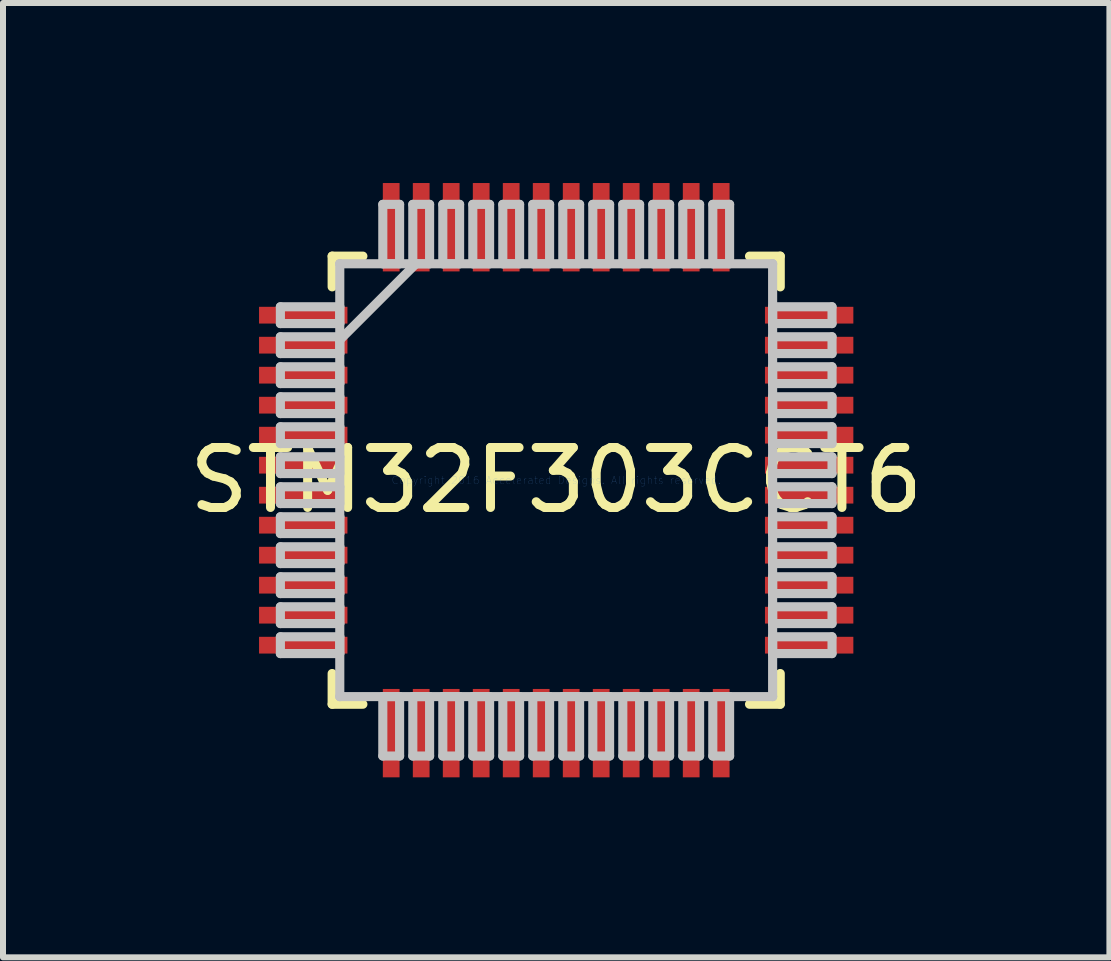
<source format=kicad_pcb>
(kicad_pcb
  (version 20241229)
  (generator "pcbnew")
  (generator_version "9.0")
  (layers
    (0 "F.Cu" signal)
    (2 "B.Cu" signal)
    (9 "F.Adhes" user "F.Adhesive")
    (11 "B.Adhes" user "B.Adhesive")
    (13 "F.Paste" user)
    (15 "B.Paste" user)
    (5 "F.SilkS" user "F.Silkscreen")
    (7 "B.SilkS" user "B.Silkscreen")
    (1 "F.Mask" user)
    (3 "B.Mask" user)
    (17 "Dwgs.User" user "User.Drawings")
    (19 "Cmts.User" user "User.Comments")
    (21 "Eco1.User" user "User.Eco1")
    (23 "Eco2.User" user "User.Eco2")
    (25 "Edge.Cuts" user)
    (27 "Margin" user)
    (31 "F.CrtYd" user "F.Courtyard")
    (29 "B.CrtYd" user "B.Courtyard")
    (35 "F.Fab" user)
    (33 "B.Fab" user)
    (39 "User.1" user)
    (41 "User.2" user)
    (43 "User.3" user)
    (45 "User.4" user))
  (footprint "STM32F303CCT6"
    (layer "F.Cu")
    (at 6.22 4.953)
    (property "Reference" "STM32F303CCT6" (at 0 0 0) (layer "F.SilkS") (effects (font (size 1 1) (thickness 0.15))))
    (attr through_hole)
    (fp_line (start -3.734 -3.734) (end -3.734 -3.222) (stroke (width 0.152) (type solid)) (layer "F.SilkS"))
    (fp_line (start -3.734 3.222) (end -3.734 3.734) (stroke (width 0.152) (type solid)) (layer "F.SilkS"))
    (fp_line (start -3.734 3.734) (end -3.222 3.734) (stroke (width 0.152) (type solid)) (layer "F.SilkS"))
    (fp_line (start -3.222 -3.734) (end -3.734 -3.734) (stroke (width 0.152) (type solid)) (layer "F.SilkS"))
    (fp_line (start 3.222 3.734) (end 3.734 3.734) (stroke (width 0.152) (type solid)) (layer "F.SilkS"))
    (fp_line (start 3.734 -3.734) (end 3.222 -3.734) (stroke (width 0.152) (type solid)) (layer "F.SilkS"))
    (fp_line (start 3.734 -3.222) (end 3.734 -3.734) (stroke (width 0.152) (type solid)) (layer "F.SilkS"))
    (fp_line (start 3.734 3.734) (end 3.734 3.222) (stroke (width 0.152) (type solid)) (layer "F.SilkS"))
    (fp_line (start -4.597 -2.89) (end -4.597 -2.61) (stroke (width 0.152) (type solid)) (layer "Dwgs.User"))
    (fp_line (start -4.597 -2.61) (end -3.607 -2.61) (stroke (width 0.152) (type solid)) (layer "Dwgs.User"))
    (fp_line (start -4.597 -2.39) (end -4.597 -2.11) (stroke (width 0.152) (type solid)) (layer "Dwgs.User"))
    (fp_line (start -4.597 -2.11) (end -3.607 -2.11) (stroke (width 0.152) (type solid)) (layer "Dwgs.User"))
    (fp_line (start -4.597 -1.89) (end -4.597 -1.61) (stroke (width 0.152) (type solid)) (layer "Dwgs.User"))
    (fp_line (start -4.597 -1.61) (end -3.607 -1.61) (stroke (width 0.152) (type solid)) (layer "Dwgs.User"))
    (fp_line (start -4.597 -1.39) (end -4.597 -1.11) (stroke (width 0.152) (type solid)) (layer "Dwgs.User"))
    (fp_line (start -4.597 -1.11) (end -3.607 -1.11) (stroke (width 0.152) (type solid)) (layer "Dwgs.User"))
    (fp_line (start -4.597 -0.89) (end -4.597 -0.61) (stroke (width 0.152) (type solid)) (layer "Dwgs.User"))
    (fp_line (start -4.597 -0.61) (end -3.607 -0.61) (stroke (width 0.152) (type solid)) (layer "Dwgs.User"))
    (fp_line (start -4.597 -0.39) (end -4.597 -0.11) (stroke (width 0.152) (type solid)) (layer "Dwgs.User"))
    (fp_line (start -4.597 -0.11) (end -3.607 -0.11) (stroke (width 0.152) (type solid)) (layer "Dwgs.User"))
    (fp_line (start -4.597 0.11) (end -4.597 0.39) (stroke (width 0.152) (type solid)) (layer "Dwgs.User"))
    (fp_line (start -4.597 0.39) (end -3.607 0.39) (stroke (width 0.152) (type solid)) (layer "Dwgs.User"))
    (fp_line (start -4.597 0.61) (end -4.597 0.89) (stroke (width 0.152) (type solid)) (layer "Dwgs.User"))
    (fp_line (start -4.597 0.89) (end -3.607 0.89) (stroke (width 0.152) (type solid)) (layer "Dwgs.User"))
    (fp_line (start -4.597 1.11) (end -4.597 1.39) (stroke (width 0.152) (type solid)) (layer "Dwgs.User"))
    (fp_line (start -4.597 1.39) (end -3.607 1.39) (stroke (width 0.152) (type solid)) (layer "Dwgs.User"))
    (fp_line (start -4.597 1.61) (end -4.597 1.89) (stroke (width 0.152) (type solid)) (layer "Dwgs.User"))
    (fp_line (start -4.597 1.89) (end -3.607 1.89) (stroke (width 0.152) (type solid)) (layer "Dwgs.User"))
    (fp_line (start -4.597 2.11) (end -4.597 2.39) (stroke (width 0.152) (type solid)) (layer "Dwgs.User"))
    (fp_line (start -4.597 2.39) (end -3.607 2.39) (stroke (width 0.152) (type solid)) (layer "Dwgs.User"))
    (fp_line (start -4.597 2.61) (end -4.597 2.89) (stroke (width 0.152) (type solid)) (layer "Dwgs.User"))
    (fp_line (start -4.597 2.89) (end -3.607 2.89) (stroke (width 0.152) (type solid)) (layer "Dwgs.User"))
    (fp_line (start -3.607 -3.607) (end -3.607 -3.607) (stroke (width 0.152) (type solid)) (layer "Dwgs.User"))
    (fp_line (start -3.607 -3.607) (end -3.607 3.607) (stroke (width 0.152) (type solid)) (layer "Dwgs.User"))
    (fp_line (start -3.607 -2.89) (end -4.597 -2.89) (stroke (width 0.152) (type solid)) (layer "Dwgs.User"))
    (fp_line (start -3.607 -2.61) (end -3.607 -2.89) (stroke (width 0.152) (type solid)) (layer "Dwgs.User"))
    (fp_line (start -3.607 -2.39) (end -4.597 -2.39) (stroke (width 0.152) (type solid)) (layer "Dwgs.User"))
    (fp_line (start -3.607 -2.337) (end -2.337 -3.607) (stroke (width 0.152) (type solid)) (layer "Dwgs.User"))
    (fp_line (start -3.607 -2.11) (end -3.607 -2.39) (stroke (width 0.152) (type solid)) (layer "Dwgs.User"))
    (fp_line (start -3.607 -1.89) (end -4.597 -1.89) (stroke (width 0.152) (type solid)) (layer "Dwgs.User"))
    (fp_line (start -3.607 -1.61) (end -3.607 -1.89) (stroke (width 0.152) (type solid)) (layer "Dwgs.User"))
    (fp_line (start -3.607 -1.39) (end -4.597 -1.39) (stroke (width 0.152) (type solid)) (layer "Dwgs.User"))
    (fp_line (start -3.607 -1.11) (end -3.607 -1.39) (stroke (width 0.152) (type solid)) (layer "Dwgs.User"))
    (fp_line (start -3.607 -0.89) (end -4.597 -0.89) (stroke (width 0.152) (type solid)) (layer "Dwgs.User"))
    (fp_line (start -3.607 -0.61) (end -3.607 -0.89) (stroke (width 0.152) (type solid)) (layer "Dwgs.User"))
    (fp_line (start -3.607 -0.39) (end -4.597 -0.39) (stroke (width 0.152) (type solid)) (layer "Dwgs.User"))
    (fp_line (start -3.607 -0.11) (end -3.607 -0.39) (stroke (width 0.152) (type solid)) (layer "Dwgs.User"))
    (fp_line (start -3.607 0.11) (end -4.597 0.11) (stroke (width 0.152) (type solid)) (layer "Dwgs.User"))
    (fp_line (start -3.607 0.39) (end -3.607 0.11) (stroke (width 0.152) (type solid)) (layer "Dwgs.User"))
    (fp_line (start -3.607 0.61) (end -4.597 0.61) (stroke (width 0.152) (type solid)) (layer "Dwgs.User"))
    (fp_line (start -3.607 0.89) (end -3.607 0.61) (stroke (width 0.152) (type solid)) (layer "Dwgs.User"))
    (fp_line (start -3.607 1.11) (end -4.597 1.11) (stroke (width 0.152) (type solid)) (layer "Dwgs.User"))
    (fp_line (start -3.607 1.39) (end -3.607 1.11) (stroke (width 0.152) (type solid)) (layer "Dwgs.User"))
    (fp_line (start -3.607 1.61) (end -4.597 1.61) (stroke (width 0.152) (type solid)) (layer "Dwgs.User"))
    (fp_line (start -3.607 1.89) (end -3.607 1.61) (stroke (width 0.152) (type solid)) (layer "Dwgs.User"))
    (fp_line (start -3.607 2.11) (end -4.597 2.11) (stroke (width 0.152) (type solid)) (layer "Dwgs.User"))
    (fp_line (start -3.607 2.39) (end -3.607 2.11) (stroke (width 0.152) (type solid)) (layer "Dwgs.User"))
    (fp_line (start -3.607 2.61) (end -4.597 2.61) (stroke (width 0.152) (type solid)) (layer "Dwgs.User"))
    (fp_line (start -3.607 2.89) (end -3.607 2.61) (stroke (width 0.152) (type solid)) (layer "Dwgs.User"))
    (fp_line (start -3.607 3.607) (end -3.607 3.607) (stroke (width 0.152) (type solid)) (layer "Dwgs.User"))
    (fp_line (start -3.607 3.607) (end 3.607 3.607) (stroke (width 0.152) (type solid)) (layer "Dwgs.User"))
    (fp_line (start -2.89 -4.597) (end -2.89 -3.607) (stroke (width 0.152) (type solid)) (layer "Dwgs.User"))
    (fp_line (start -2.89 -3.607) (end -2.61 -3.607) (stroke (width 0.152) (type solid)) (layer "Dwgs.User"))
    (fp_line (start -2.89 3.607) (end -2.89 4.597) (stroke (width 0.152) (type solid)) (layer "Dwgs.User"))
    (fp_line (start -2.89 4.597) (end -2.61 4.597) (stroke (width 0.152) (type solid)) (layer "Dwgs.User"))
    (fp_line (start -2.61 -4.597) (end -2.89 -4.597) (stroke (width 0.152) (type solid)) (layer "Dwgs.User"))
    (fp_line (start -2.61 -3.607) (end -2.61 -4.597) (stroke (width 0.152) (type solid)) (layer "Dwgs.User"))
    (fp_line (start -2.61 3.607) (end -2.89 3.607) (stroke (width 0.152) (type solid)) (layer "Dwgs.User"))
    (fp_line (start -2.61 4.597) (end -2.61 3.607) (stroke (width 0.152) (type solid)) (layer "Dwgs.User"))
    (fp_line (start -2.39 -4.597) (end -2.39 -3.607) (stroke (width 0.152) (type solid)) (layer "Dwgs.User"))
    (fp_line (start -2.39 -3.607) (end -2.11 -3.607) (stroke (width 0.152) (type solid)) (layer "Dwgs.User"))
    (fp_line (start -2.39 3.607) (end -2.39 4.597) (stroke (width 0.152) (type solid)) (layer "Dwgs.User"))
    (fp_line (start -2.39 4.597) (end -2.11 4.597) (stroke (width 0.152) (type solid)) (layer "Dwgs.User"))
    (fp_line (start -2.11 -4.597) (end -2.39 -4.597) (stroke (width 0.152) (type solid)) (layer "Dwgs.User"))
    (fp_line (start -2.11 -3.607) (end -2.11 -4.597) (stroke (width 0.152) (type solid)) (layer "Dwgs.User"))
    (fp_line (start -2.11 3.607) (end -2.39 3.607) (stroke (width 0.152) (type solid)) (layer "Dwgs.User"))
    (fp_line (start -2.11 4.597) (end -2.11 3.607) (stroke (width 0.152) (type solid)) (layer "Dwgs.User"))
    (fp_line (start -1.89 -4.597) (end -1.89 -3.607) (stroke (width 0.152) (type solid)) (layer "Dwgs.User"))
    (fp_line (start -1.89 -3.607) (end -1.61 -3.607) (stroke (width 0.152) (type solid)) (layer "Dwgs.User"))
    (fp_line (start -1.89 3.607) (end -1.89 4.597) (stroke (width 0.152) (type solid)) (layer "Dwgs.User"))
    (fp_line (start -1.89 4.597) (end -1.61 4.597) (stroke (width 0.152) (type solid)) (layer "Dwgs.User"))
    (fp_line (start -1.61 -4.597) (end -1.89 -4.597) (stroke (width 0.152) (type solid)) (layer "Dwgs.User"))
    (fp_line (start -1.61 -3.607) (end -1.61 -4.597) (stroke (width 0.152) (type solid)) (layer "Dwgs.User"))
    (fp_line (start -1.61 3.607) (end -1.89 3.607) (stroke (width 0.152) (type solid)) (layer "Dwgs.User"))
    (fp_line (start -1.61 4.597) (end -1.61 3.607) (stroke (width 0.152) (type solid)) (layer "Dwgs.User"))
    (fp_line (start -1.39 -4.597) (end -1.39 -3.607) (stroke (width 0.152) (type solid)) (layer "Dwgs.User"))
    (fp_line (start -1.39 -3.607) (end -1.11 -3.607) (stroke (width 0.152) (type solid)) (layer "Dwgs.User"))
    (fp_line (start -1.39 3.607) (end -1.39 4.597) (stroke (width 0.152) (type solid)) (layer "Dwgs.User"))
    (fp_line (start -1.39 4.597) (end -1.11 4.597) (stroke (width 0.152) (type solid)) (layer "Dwgs.User"))
    (fp_line (start -1.11 -4.597) (end -1.39 -4.597) (stroke (width 0.152) (type solid)) (layer "Dwgs.User"))
    (fp_line (start -1.11 -3.607) (end -1.11 -4.597) (stroke (width 0.152) (type solid)) (layer "Dwgs.User"))
    (fp_line (start -1.11 3.607) (end -1.39 3.607) (stroke (width 0.152) (type solid)) (layer "Dwgs.User"))
    (fp_line (start -1.11 4.597) (end -1.11 3.607) (stroke (width 0.152) (type solid)) (layer "Dwgs.User"))
    (fp_line (start -0.89 -4.597) (end -0.89 -3.607) (stroke (width 0.152) (type solid)) (layer "Dwgs.User"))
    (fp_line (start -0.89 -3.607) (end -0.61 -3.607) (stroke (width 0.152) (type solid)) (layer "Dwgs.User"))
    (fp_line (start -0.89 3.607) (end -0.89 4.597) (stroke (width 0.152) (type solid)) (layer "Dwgs.User"))
    (fp_line (start -0.89 4.597) (end -0.61 4.597) (stroke (width 0.152) (type solid)) (layer "Dwgs.User"))
    (fp_line (start -0.61 -4.597) (end -0.89 -4.597) (stroke (width 0.152) (type solid)) (layer "Dwgs.User"))
    (fp_line (start -0.61 -3.607) (end -0.61 -4.597) (stroke (width 0.152) (type solid)) (layer "Dwgs.User"))
    (fp_line (start -0.61 3.607) (end -0.89 3.607) (stroke (width 0.152) (type solid)) (layer "Dwgs.User"))
    (fp_line (start -0.61 4.597) (end -0.61 3.607) (stroke (width 0.152) (type solid)) (layer "Dwgs.User"))
    (fp_line (start -0.39 -4.597) (end -0.39 -3.607) (stroke (width 0.152) (type solid)) (layer "Dwgs.User"))
    (fp_line (start -0.39 -3.607) (end -0.11 -3.607) (stroke (width 0.152) (type solid)) (layer "Dwgs.User"))
    (fp_line (start -0.39 3.607) (end -0.39 4.597) (stroke (width 0.152) (type solid)) (layer "Dwgs.User"))
    (fp_line (start -0.39 4.597) (end -0.11 4.597) (stroke (width 0.152) (type solid)) (layer "Dwgs.User"))
    (fp_line (start -0.11 -4.597) (end -0.39 -4.597) (stroke (width 0.152) (type solid)) (layer "Dwgs.User"))
    (fp_line (start -0.11 -3.607) (end -0.11 -4.597) (stroke (width 0.152) (type solid)) (layer "Dwgs.User"))
    (fp_line (start -0.11 3.607) (end -0.39 3.607) (stroke (width 0.152) (type solid)) (layer "Dwgs.User"))
    (fp_line (start -0.11 4.597) (end -0.11 3.607) (stroke (width 0.152) (type solid)) (layer "Dwgs.User"))
    (fp_line (start 0.11 -4.597) (end 0.11 -3.607) (stroke (width 0.152) (type solid)) (layer "Dwgs.User"))
    (fp_line (start 0.11 -3.607) (end 0.39 -3.607) (stroke (width 0.152) (type solid)) (layer "Dwgs.User"))
    (fp_line (start 0.11 3.607) (end 0.11 4.597) (stroke (width 0.152) (type solid)) (layer "Dwgs.User"))
    (fp_line (start 0.11 4.597) (end 0.39 4.597) (stroke (width 0.152) (type solid)) (layer "Dwgs.User"))
    (fp_line (start 0.39 -4.597) (end 0.11 -4.597) (stroke (width 0.152) (type solid)) (layer "Dwgs.User"))
    (fp_line (start 0.39 -3.607) (end 0.39 -4.597) (stroke (width 0.152) (type solid)) (layer "Dwgs.User"))
    (fp_line (start 0.39 3.607) (end 0.11 3.607) (stroke (width 0.152) (type solid)) (layer "Dwgs.User"))
    (fp_line (start 0.39 4.597) (end 0.39 3.607) (stroke (width 0.152) (type solid)) (layer "Dwgs.User"))
    (fp_line (start 0.61 -4.597) (end 0.61 -3.607) (stroke (width 0.152) (type solid)) (layer "Dwgs.User"))
    (fp_line (start 0.61 -3.607) (end 0.89 -3.607) (stroke (width 0.152) (type solid)) (layer "Dwgs.User"))
    (fp_line (start 0.61 3.607) (end 0.61 4.597) (stroke (width 0.152) (type solid)) (layer "Dwgs.User"))
    (fp_line (start 0.61 4.597) (end 0.89 4.597) (stroke (width 0.152) (type solid)) (layer "Dwgs.User"))
    (fp_line (start 0.89 -4.597) (end 0.61 -4.597) (stroke (width 0.152) (type solid)) (layer "Dwgs.User"))
    (fp_line (start 0.89 -3.607) (end 0.89 -4.597) (stroke (width 0.152) (type solid)) (layer "Dwgs.User"))
    (fp_line (start 0.89 3.607) (end 0.61 3.607) (stroke (width 0.152) (type solid)) (layer "Dwgs.User"))
    (fp_line (start 0.89 4.597) (end 0.89 3.607) (stroke (width 0.152) (type solid)) (layer "Dwgs.User"))
    (fp_line (start 1.11 -4.597) (end 1.11 -3.607) (stroke (width 0.152) (type solid)) (layer "Dwgs.User"))
    (fp_line (start 1.11 -3.607) (end 1.39 -3.607) (stroke (width 0.152) (type solid)) (layer "Dwgs.User"))
    (fp_line (start 1.11 3.607) (end 1.11 4.597) (stroke (width 0.152) (type solid)) (layer "Dwgs.User"))
    (fp_line (start 1.11 4.597) (end 1.39 4.597) (stroke (width 0.152) (type solid)) (layer "Dwgs.User"))
    (fp_line (start 1.39 -4.597) (end 1.11 -4.597) (stroke (width 0.152) (type solid)) (layer "Dwgs.User"))
    (fp_line (start 1.39 -3.607) (end 1.39 -4.597) (stroke (width 0.152) (type solid)) (layer "Dwgs.User"))
    (fp_line (start 1.39 3.607) (end 1.11 3.607) (stroke (width 0.152) (type solid)) (layer "Dwgs.User"))
    (fp_line (start 1.39 4.597) (end 1.39 3.607) (stroke (width 0.152) (type solid)) (layer "Dwgs.User"))
    (fp_line (start 1.61 -4.597) (end 1.61 -3.607) (stroke (width 0.152) (type solid)) (layer "Dwgs.User"))
    (fp_line (start 1.61 -3.607) (end 1.89 -3.607) (stroke (width 0.152) (type solid)) (layer "Dwgs.User"))
    (fp_line (start 1.61 3.607) (end 1.61 4.597) (stroke (width 0.152) (type solid)) (layer "Dwgs.User"))
    (fp_line (start 1.61 4.597) (end 1.89 4.597) (stroke (width 0.152) (type solid)) (layer "Dwgs.User"))
    (fp_line (start 1.89 -4.597) (end 1.61 -4.597) (stroke (width 0.152) (type solid)) (layer "Dwgs.User"))
    (fp_line (start 1.89 -3.607) (end 1.89 -4.597) (stroke (width 0.152) (type solid)) (layer "Dwgs.User"))
    (fp_line (start 1.89 3.607) (end 1.61 3.607) (stroke (width 0.152) (type solid)) (layer "Dwgs.User"))
    (fp_line (start 1.89 4.597) (end 1.89 3.607) (stroke (width 0.152) (type solid)) (layer "Dwgs.User"))
    (fp_line (start 2.11 -4.597) (end 2.11 -3.607) (stroke (width 0.152) (type solid)) (layer "Dwgs.User"))
    (fp_line (start 2.11 -3.607) (end 2.39 -3.607) (stroke (width 0.152) (type solid)) (layer "Dwgs.User"))
    (fp_line (start 2.11 3.607) (end 2.11 4.597) (stroke (width 0.152) (type solid)) (layer "Dwgs.User"))
    (fp_line (start 2.11 4.597) (end 2.39 4.597) (stroke (width 0.152) (type solid)) (layer "Dwgs.User"))
    (fp_line (start 2.39 -4.597) (end 2.11 -4.597) (stroke (width 0.152) (type solid)) (layer "Dwgs.User"))
    (fp_line (start 2.39 -3.607) (end 2.39 -4.597) (stroke (width 0.152) (type solid)) (layer "Dwgs.User"))
    (fp_line (start 2.39 3.607) (end 2.11 3.607) (stroke (width 0.152) (type solid)) (layer "Dwgs.User"))
    (fp_line (start 2.39 4.597) (end 2.39 3.607) (stroke (width 0.152) (type solid)) (layer "Dwgs.User"))
    (fp_line (start 2.61 -4.597) (end 2.61 -3.607) (stroke (width 0.152) (type solid)) (layer "Dwgs.User"))
    (fp_line (start 2.61 -3.607) (end 2.89 -3.607) (stroke (width 0.152) (type solid)) (layer "Dwgs.User"))
    (fp_line (start 2.61 3.607) (end 2.61 4.597) (stroke (width 0.152) (type solid)) (layer "Dwgs.User"))
    (fp_line (start 2.61 4.597) (end 2.89 4.597) (stroke (width 0.152) (type solid)) (layer "Dwgs.User"))
    (fp_line (start 2.89 -4.597) (end 2.61 -4.597) (stroke (width 0.152) (type solid)) (layer "Dwgs.User"))
    (fp_line (start 2.89 -3.607) (end 2.89 -4.597) (stroke (width 0.152) (type solid)) (layer "Dwgs.User"))
    (fp_line (start 2.89 3.607) (end 2.61 3.607) (stroke (width 0.152) (type solid)) (layer "Dwgs.User"))
    (fp_line (start 2.89 4.597) (end 2.89 3.607) (stroke (width 0.152) (type solid)) (layer "Dwgs.User"))
    (fp_line (start 3.607 -3.607) (end -3.607 -3.607) (stroke (width 0.152) (type solid)) (layer "Dwgs.User"))
    (fp_line (start 3.607 -3.607) (end 3.607 -3.607) (stroke (width 0.152) (type solid)) (layer "Dwgs.User"))
    (fp_line (start 3.607 -2.89) (end 3.607 -2.61) (stroke (width 0.152) (type solid)) (layer "Dwgs.User"))
    (fp_line (start 3.607 -2.61) (end 4.597 -2.61) (stroke (width 0.152) (type solid)) (layer "Dwgs.User"))
    (fp_line (start 3.607 -2.39) (end 3.607 -2.11) (stroke (width 0.152) (type solid)) (layer "Dwgs.User"))
    (fp_line (start 3.607 -2.11) (end 4.597 -2.11) (stroke (width 0.152) (type solid)) (layer "Dwgs.User"))
    (fp_line (start 3.607 -1.89) (end 3.607 -1.61) (stroke (width 0.152) (type solid)) (layer "Dwgs.User"))
    (fp_line (start 3.607 -1.61) (end 4.597 -1.61) (stroke (width 0.152) (type solid)) (layer "Dwgs.User"))
    (fp_line (start 3.607 -1.39) (end 3.607 -1.11) (stroke (width 0.152) (type solid)) (layer "Dwgs.User"))
    (fp_line (start 3.607 -1.11) (end 4.597 -1.11) (stroke (width 0.152) (type solid)) (layer "Dwgs.User"))
    (fp_line (start 3.607 -0.89) (end 3.607 -0.61) (stroke (width 0.152) (type solid)) (layer "Dwgs.User"))
    (fp_line (start 3.607 -0.61) (end 4.597 -0.61) (stroke (width 0.152) (type solid)) (layer "Dwgs.User"))
    (fp_line (start 3.607 -0.39) (end 3.607 -0.11) (stroke (width 0.152) (type solid)) (layer "Dwgs.User"))
    (fp_line (start 3.607 -0.11) (end 4.597 -0.11) (stroke (width 0.152) (type solid)) (layer "Dwgs.User"))
    (fp_line (start 3.607 0.11) (end 3.607 0.39) (stroke (width 0.152) (type solid)) (layer "Dwgs.User"))
    (fp_line (start 3.607 0.39) (end 4.597 0.39) (stroke (width 0.152) (type solid)) (layer "Dwgs.User"))
    (fp_line (start 3.607 0.61) (end 3.607 0.89) (stroke (width 0.152) (type solid)) (layer "Dwgs.User"))
    (fp_line (start 3.607 0.89) (end 4.597 0.89) (stroke (width 0.152) (type solid)) (layer "Dwgs.User"))
    (fp_line (start 3.607 1.11) (end 3.607 1.39) (stroke (width 0.152) (type solid)) (layer "Dwgs.User"))
    (fp_line (start 3.607 1.39) (end 4.597 1.39) (stroke (width 0.152) (type solid)) (layer "Dwgs.User"))
    (fp_line (start 3.607 1.61) (end 3.607 1.89) (stroke (width 0.152) (type solid)) (layer "Dwgs.User"))
    (fp_line (start 3.607 1.89) (end 4.597 1.89) (stroke (width 0.152) (type solid)) (layer "Dwgs.User"))
    (fp_line (start 3.607 2.11) (end 3.607 2.39) (stroke (width 0.152) (type solid)) (layer "Dwgs.User"))
    (fp_line (start 3.607 2.39) (end 4.597 2.39) (stroke (width 0.152) (type solid)) (layer "Dwgs.User"))
    (fp_line (start 3.607 2.61) (end 3.607 2.89) (stroke (width 0.152) (type solid)) (layer "Dwgs.User"))
    (fp_line (start 3.607 2.89) (end 4.597 2.89) (stroke (width 0.152) (type solid)) (layer "Dwgs.User"))
    (fp_line (start 3.607 3.607) (end 3.607 -3.607) (stroke (width 0.152) (type solid)) (layer "Dwgs.User"))
    (fp_line (start 3.607 3.607) (end 3.607 3.607) (stroke (width 0.152) (type solid)) (layer "Dwgs.User"))
    (fp_line (start 4.597 -2.89) (end 3.607 -2.89) (stroke (width 0.152) (type solid)) (layer "Dwgs.User"))
    (fp_line (start 4.597 -2.61) (end 4.597 -2.89) (stroke (width 0.152) (type solid)) (layer "Dwgs.User"))
    (fp_line (start 4.597 -2.39) (end 3.607 -2.39) (stroke (width 0.152) (type solid)) (layer "Dwgs.User"))
    (fp_line (start 4.597 -2.11) (end 4.597 -2.39) (stroke (width 0.152) (type solid)) (layer "Dwgs.User"))
    (fp_line (start 4.597 -1.89) (end 3.607 -1.89) (stroke (width 0.152) (type solid)) (layer "Dwgs.User"))
    (fp_line (start 4.597 -1.61) (end 4.597 -1.89) (stroke (width 0.152) (type solid)) (layer "Dwgs.User"))
    (fp_line (start 4.597 -1.39) (end 3.607 -1.39) (stroke (width 0.152) (type solid)) (layer "Dwgs.User"))
    (fp_line (start 4.597 -1.11) (end 4.597 -1.39) (stroke (width 0.152) (type solid)) (layer "Dwgs.User"))
    (fp_line (start 4.597 -0.89) (end 3.607 -0.89) (stroke (width 0.152) (type solid)) (layer "Dwgs.User"))
    (fp_line (start 4.597 -0.61) (end 4.597 -0.89) (stroke (width 0.152) (type solid)) (layer "Dwgs.User"))
    (fp_line (start 4.597 -0.39) (end 3.607 -0.39) (stroke (width 0.152) (type solid)) (layer "Dwgs.User"))
    (fp_line (start 4.597 -0.11) (end 4.597 -0.39) (stroke (width 0.152) (type solid)) (layer "Dwgs.User"))
    (fp_line (start 4.597 0.11) (end 3.607 0.11) (stroke (width 0.152) (type solid)) (layer "Dwgs.User"))
    (fp_line (start 4.597 0.39) (end 4.597 0.11) (stroke (width 0.152) (type solid)) (layer "Dwgs.User"))
    (fp_line (start 4.597 0.61) (end 3.607 0.61) (stroke (width 0.152) (type solid)) (layer "Dwgs.User"))
    (fp_line (start 4.597 0.89) (end 4.597 0.61) (stroke (width 0.152) (type solid)) (layer "Dwgs.User"))
    (fp_line (start 4.597 1.11) (end 3.607 1.11) (stroke (width 0.152) (type solid)) (layer "Dwgs.User"))
    (fp_line (start 4.597 1.39) (end 4.597 1.11) (stroke (width 0.152) (type solid)) (layer "Dwgs.User"))
    (fp_line (start 4.597 1.61) (end 3.607 1.61) (stroke (width 0.152) (type solid)) (layer "Dwgs.User"))
    (fp_line (start 4.597 1.89) (end 4.597 1.61) (stroke (width 0.152) (type solid)) (layer "Dwgs.User"))
    (fp_line (start 4.597 2.11) (end 3.607 2.11) (stroke (width 0.152) (type solid)) (layer "Dwgs.User"))
    (fp_line (start 4.597 2.39) (end 4.597 2.11) (stroke (width 0.152) (type solid)) (layer "Dwgs.User"))
    (fp_line (start 4.597 2.61) (end 3.607 2.61) (stroke (width 0.152) (type solid)) (layer "Dwgs.User"))
    (fp_line (start 4.597 2.89) (end 4.597 2.61) (stroke (width 0.152) (type solid)) (layer "Dwgs.User"))
    (fp_text user "Copyright 2016 Accelerated Designs. All rights reserved." (at 0 0 0) (layer "Cmts.User") (effects (font (size 0.127 0.127) (thickness 0.002))))
    (pad "1" smd rect (at -4.216 -2.75 90) (size 0.279 1.473) (layers "F.Cu" "F.Mask" "F.Paste"))
    (pad "2" smd rect (at -4.216 -2.25 90) (size 0.279 1.473) (layers "F.Cu" "F.Mask" "F.Paste"))
    (pad "3" smd rect (at -4.216 -1.75 90) (size 0.279 1.473) (layers "F.Cu" "F.Mask" "F.Paste"))
    (pad "4" smd rect (at -4.216 -1.25 90) (size 0.279 1.473) (layers "F.Cu" "F.Mask" "F.Paste"))
    (pad "5" smd rect (at -4.216 -0.75 90) (size 0.279 1.473) (layers "F.Cu" "F.Mask" "F.Paste"))
    (pad "6" smd rect (at -4.216 -0.25 90) (size 0.279 1.473) (layers "F.Cu" "F.Mask" "F.Paste"))
    (pad "7" smd rect (at -4.216 0.25 90) (size 0.279 1.473) (layers "F.Cu" "F.Mask" "F.Paste"))
    (pad "8" smd rect (at -4.216 0.75 90) (size 0.279 1.473) (layers "F.Cu" "F.Mask" "F.Paste"))
    (pad "9" smd rect (at -4.216 1.25 90) (size 0.279 1.473) (layers "F.Cu" "F.Mask" "F.Paste"))
    (pad "10" smd rect (at -4.216 1.75 90) (size 0.279 1.473) (layers "F.Cu" "F.Mask" "F.Paste"))
    (pad "11" smd rect (at -4.216 2.25 90) (size 0.279 1.473) (layers "F.Cu" "F.Mask" "F.Paste"))
    (pad "12" smd rect (at -4.216 2.75 90) (size 0.279 1.473) (layers "F.Cu" "F.Mask" "F.Paste"))
    (pad "13" smd rect (at -2.75 4.216) (size 0.279 1.473) (layers "F.Cu" "F.Mask" "F.Paste"))
    (pad "14" smd rect (at -2.25 4.216) (size 0.279 1.473) (layers "F.Cu" "F.Mask" "F.Paste"))
    (pad "15" smd rect (at -1.75 4.216) (size 0.279 1.473) (layers "F.Cu" "F.Mask" "F.Paste"))
    (pad "16" smd rect (at -1.25 4.216) (size 0.279 1.473) (layers "F.Cu" "F.Mask" "F.Paste"))
    (pad "17" smd rect (at -0.75 4.216) (size 0.279 1.473) (layers "F.Cu" "F.Mask" "F.Paste"))
    (pad "18" smd rect (at -0.25 4.216) (size 0.279 1.473) (layers "F.Cu" "F.Mask" "F.Paste"))
    (pad "19" smd rect (at 0.25 4.216) (size 0.279 1.473) (layers "F.Cu" "F.Mask" "F.Paste"))
    (pad "20" smd rect (at 0.75 4.216) (size 0.279 1.473) (layers "F.Cu" "F.Mask" "F.Paste"))
    (pad "21" smd rect (at 1.25 4.216) (size 0.279 1.473) (layers "F.Cu" "F.Mask" "F.Paste"))
    (pad "22" smd rect (at 1.75 4.216) (size 0.279 1.473) (layers "F.Cu" "F.Mask" "F.Paste"))
    (pad "23" smd rect (at 2.25 4.216) (size 0.279 1.473) (layers "F.Cu" "F.Mask" "F.Paste"))
    (pad "24" smd rect (at 2.75 4.216) (size 0.279 1.473) (layers "F.Cu" "F.Mask" "F.Paste"))
    (pad "25" smd rect (at 4.216 2.75 90) (size 0.279 1.473) (layers "F.Cu" "F.Mask" "F.Paste"))
    (pad "26" smd rect (at 4.216 2.25 90) (size 0.279 1.473) (layers "F.Cu" "F.Mask" "F.Paste"))
    (pad "27" smd rect (at 4.216 1.75 90) (size 0.279 1.473) (layers "F.Cu" "F.Mask" "F.Paste"))
    (pad "28" smd rect (at 4.216 1.25 90) (size 0.279 1.473) (layers "F.Cu" "F.Mask" "F.Paste"))
    (pad "29" smd rect (at 4.216 0.75 90) (size 0.279 1.473) (layers "F.Cu" "F.Mask" "F.Paste"))
    (pad "30" smd rect (at 4.216 0.25 90) (size 0.279 1.473) (layers "F.Cu" "F.Mask" "F.Paste"))
    (pad "31" smd rect (at 4.216 -0.25 90) (size 0.279 1.473) (layers "F.Cu" "F.Mask" "F.Paste"))
    (pad "32" smd rect (at 4.216 -0.75 90) (size 0.279 1.473) (layers "F.Cu" "F.Mask" "F.Paste"))
    (pad "33" smd rect (at 4.216 -1.25 90) (size 0.279 1.473) (layers "F.Cu" "F.Mask" "F.Paste"))
    (pad "34" smd rect (at 4.216 -1.75 90) (size 0.279 1.473) (layers "F.Cu" "F.Mask" "F.Paste"))
    (pad "35" smd rect (at 4.216 -2.25 90) (size 0.279 1.473) (layers "F.Cu" "F.Mask" "F.Paste"))
    (pad "36" smd rect (at 4.216 -2.75 90) (size 0.279 1.473) (layers "F.Cu" "F.Mask" "F.Paste"))
    (pad "37" smd rect (at 2.75 -4.216) (size 0.279 1.473) (layers "F.Cu" "F.Mask" "F.Paste"))
    (pad "38" smd rect (at 2.25 -4.216) (size 0.279 1.473) (layers "F.Cu" "F.Mask" "F.Paste"))
    (pad "39" smd rect (at 1.75 -4.216) (size 0.279 1.473) (layers "F.Cu" "F.Mask" "F.Paste"))
    (pad "40" smd rect (at 1.25 -4.216) (size 0.279 1.473) (layers "F.Cu" "F.Mask" "F.Paste"))
    (pad "41" smd rect (at 0.75 -4.216) (size 0.279 1.473) (layers "F.Cu" "F.Mask" "F.Paste"))
    (pad "42" smd rect (at 0.25 -4.216) (size 0.279 1.473) (layers "F.Cu" "F.Mask" "F.Paste"))
    (pad "43" smd rect (at -0.25 -4.216) (size 0.279 1.473) (layers "F.Cu" "F.Mask" "F.Paste"))
    (pad "44" smd rect (at -0.75 -4.216) (size 0.279 1.473) (layers "F.Cu" "F.Mask" "F.Paste"))
    (pad "45" smd rect (at -1.25 -4.216) (size 0.279 1.473) (layers "F.Cu" "F.Mask" "F.Paste"))
    (pad "46" smd rect (at -1.75 -4.216) (size 0.279 1.473) (layers "F.Cu" "F.Mask" "F.Paste"))
    (pad "47" smd rect (at -2.25 -4.216) (size 0.279 1.473) (layers "F.Cu" "F.Mask" "F.Paste"))
    (pad "48" smd rect (at -2.75 -4.216) (size 0.279 1.473) (layers "F.Cu" "F.Mask" "F.Paste")))
  (gr_rect
    (start -3 -3)
    (end 15.44 12.906)
    (stroke (width 0.1) (type default))
    (fill no)
    (layer "Edge.Cuts")))
</source>
